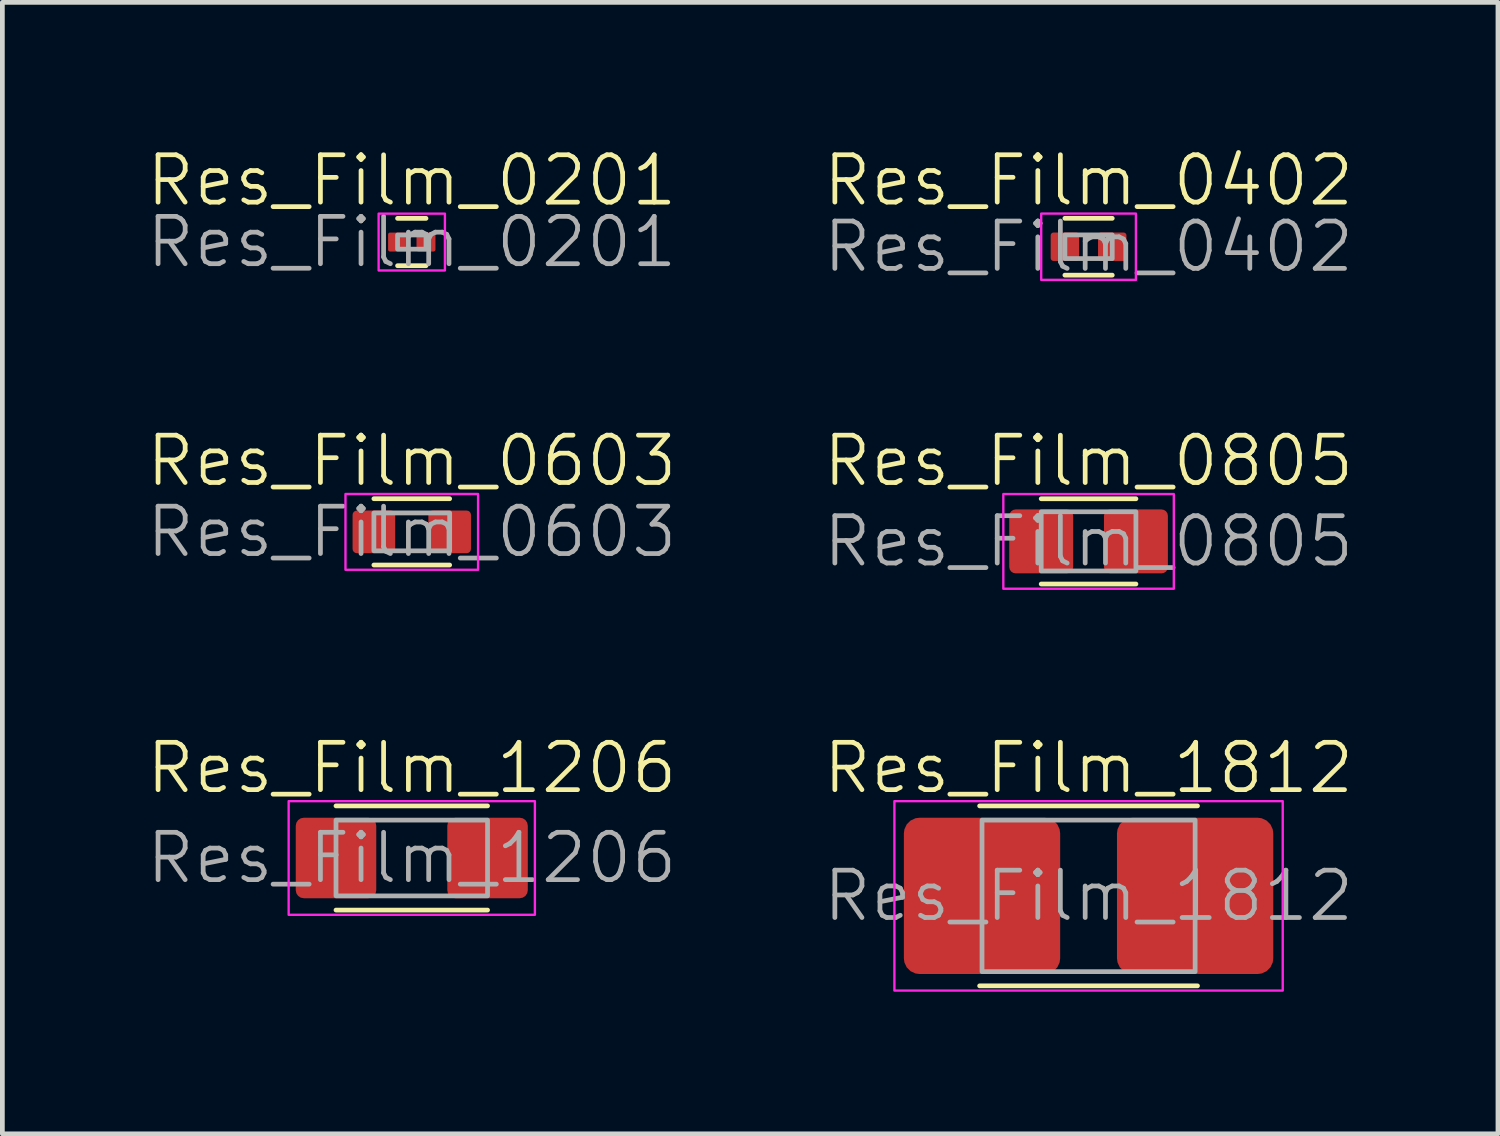
<source format=kicad_pcb>
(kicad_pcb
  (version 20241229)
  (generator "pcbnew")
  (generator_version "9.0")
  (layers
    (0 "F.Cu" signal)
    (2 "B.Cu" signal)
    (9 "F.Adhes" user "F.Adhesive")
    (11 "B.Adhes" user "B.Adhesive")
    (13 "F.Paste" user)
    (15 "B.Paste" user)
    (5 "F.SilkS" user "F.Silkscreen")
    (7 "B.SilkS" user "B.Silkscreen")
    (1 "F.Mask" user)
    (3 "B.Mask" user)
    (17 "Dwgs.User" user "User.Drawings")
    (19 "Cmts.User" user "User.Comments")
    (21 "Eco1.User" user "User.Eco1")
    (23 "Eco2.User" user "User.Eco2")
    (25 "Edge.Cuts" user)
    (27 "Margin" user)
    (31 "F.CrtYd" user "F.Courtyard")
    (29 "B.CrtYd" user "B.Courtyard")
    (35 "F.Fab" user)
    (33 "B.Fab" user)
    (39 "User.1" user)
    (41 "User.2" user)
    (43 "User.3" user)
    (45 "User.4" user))
  (footprint "Res_Film_1206"
    (layer "F.Cu")
    (at 5.645 15.067)
    (property "Reference" "Res_Film_1206" (at 0 -1.9 0) (unlocked yes) (layer "F.SilkS") (effects (font (size 1 1) (thickness 0.1))))
    (attr smd)
    (fp_line (start -1.6 -1.1) (end 1.6 -1.1) (stroke (width 0.1) (type default)) (layer "F.SilkS"))
    (fp_line (start -1.6 1.1) (end 1.6 1.1) (stroke (width 0.1) (type default)) (layer "F.SilkS"))
    (fp_rect (start -2.6 -1.2) (end 2.6 1.2) (stroke (width 0.05) (type default)) (fill no) (layer "F.CrtYd"))
    (fp_rect (start -1.6 -0.8) (end 1.6 0.8) (stroke (width 0.1) (type default)) (fill no) (layer "F.Fab"))
    (fp_text user "${REFERENCE}" (at 0 0 0) (unlocked yes) (layer "F.Fab") (effects (font (size 1 1) (thickness 0.1))))
    (pad "1" smd roundrect (at -1.6 0) (size 1.7 1.7) (layers "F.Cu" "F.Mask" "F.Paste") (roundrect_rratio 0.1))
    (pad "2" smd roundrect (at 1.6 0) (size 1.7 1.7) (layers "F.Cu" "F.Mask" "F.Paste") (roundrect_rratio 0.1)))
  (footprint "Res_Film_1812"
    (layer "F.Cu")
    (at 19.936 15.867)
    (property "Reference" "Res_Film_1812" (at 0 -2.7 0) (unlocked yes) (layer "F.SilkS") (effects (font (size 1 1) (thickness 0.1))))
    (attr smd)
    (fp_line (start -2.3 -1.9) (end 2.3 -1.9) (stroke (width 0.1) (type default)) (layer "F.SilkS"))
    (fp_line (start -2.3 1.9) (end 2.3 1.9) (stroke (width 0.1) (type default)) (layer "F.SilkS"))
    (fp_rect (start -4.1 -2) (end 4.1 2) (stroke (width 0.05) (type default)) (fill no) (layer "F.CrtYd"))
    (fp_rect (start -2.25 -1.6) (end 2.25 1.6) (stroke (width 0.1) (type default)) (fill no) (layer "F.Fab"))
    (fp_text user "${REFERENCE}" (at 0 0 0) (unlocked yes) (layer "F.Fab") (effects (font (size 1 1) (thickness 0.1))))
    (pad "1" smd roundrect (at -2.25 0) (size 3.3 3.3) (layers "F.Cu" "F.Mask" "F.Paste") (roundrect_rratio 0.1))
    (pad "2" smd roundrect (at 2.25 0) (size 3.3 3.3) (layers "F.Cu" "F.Mask" "F.Paste") (roundrect_rratio 0.1)))
  (footprint "Res_Film_0603"
    (layer "F.Cu")
    (at 5.645 8.181)
    (property "Reference" "Res_Film_0603" (at 0 -1.5 0) (unlocked yes) (layer "F.SilkS") (effects (font (size 1 1) (thickness 0.1))))
    (attr smd)
    (fp_line (start -0.8 -0.7) (end 0.8 -0.7) (stroke (width 0.1) (type default)) (layer "F.SilkS"))
    (fp_line (start -0.8 0.7) (end 0.8 0.7) (stroke (width 0.1) (type default)) (layer "F.SilkS"))
    (fp_rect (start -1.4 -0.8) (end 1.4 0.8) (stroke (width 0.05) (type default)) (fill no) (layer "F.CrtYd"))
    (fp_rect (start -0.8 -0.4) (end 0.8 0.4) (stroke (width 0.1) (type default)) (fill no) (layer "F.Fab"))
    (fp_text user "${REFERENCE}" (at 0 0 0) (unlocked yes) (layer "F.Fab") (effects (font (size 1 1) (thickness 0.1))))
    (pad "1" smd roundrect (at -0.8 0) (size 0.9 0.9) (layers "F.Cu" "F.Mask" "F.Paste") (roundrect_rratio 0.1))
    (pad "2" smd roundrect (at 0.8 0) (size 0.9 0.9) (layers "F.Cu" "F.Mask" "F.Paste") (roundrect_rratio 0.1)))
  (footprint "Res_Film_0201"
    (layer "F.Cu")
    (at 5.645 2.061)
    (property "Reference" "Res_Film_0201" (at 0 -1.3 0) (unlocked yes) (layer "F.SilkS") (effects (font (size 1 1) (thickness 0.1))))
    (attr smd)
    (fp_line (start -0.3 -0.5) (end 0.3 -0.5) (stroke (width 0.1) (type default)) (layer "F.SilkS"))
    (fp_line (start -0.3 0.5) (end 0.3 0.5) (stroke (width 0.1) (type default)) (layer "F.SilkS"))
    (fp_rect (start -0.7 -0.6) (end 0.7 0.6) (stroke (width 0.05) (type default)) (fill no) (layer "F.CrtYd"))
    (fp_rect (start -0.3 -0.15) (end 0.3 0.15) (stroke (width 0.1) (type default)) (fill no) (layer "F.Fab"))
    (fp_text user "${REFERENCE}" (at 0 0 0) (unlocked yes) (layer "F.Fab") (effects (font (size 1 1) (thickness 0.1))))
    (pad "1" smd roundrect (at -0.3 0) (size 0.4 0.4) (layers "F.Cu" "F.Mask" "F.Paste") (roundrect_rratio 0.1))
    (pad "2" smd roundrect (at 0.3 0) (size 0.4 0.4) (layers "F.Cu" "F.Mask" "F.Paste") (roundrect_rratio 0.1)))
  (footprint "Res_Film_0805"
    (layer "F.Cu")
    (at 19.936 8.382)
    (property "Reference" "Res_Film_0805" (at 0 -1.7 0) (unlocked yes) (layer "F.SilkS") (effects (font (size 1 1) (thickness 0.1))))
    (attr smd)
    (fp_line (start -1 -0.9) (end 1 -0.9) (stroke (width 0.1) (type default)) (layer "F.SilkS"))
    (fp_line (start -1 0.9) (end 1 0.9) (stroke (width 0.1) (type default)) (layer "F.SilkS"))
    (fp_rect (start -1.8 -1) (end 1.8 1) (stroke (width 0.05) (type default)) (fill no) (layer "F.CrtYd"))
    (fp_rect (start -1 -0.625) (end 1 0.625) (stroke (width 0.1) (type default)) (fill no) (layer "F.Fab"))
    (fp_text user "${REFERENCE}" (at 0 0 0) (unlocked yes) (layer "F.Fab") (effects (font (size 1 1) (thickness 0.1))))
    (pad "1" smd roundrect (at -1 0) (size 1.35 1.35) (layers "F.Cu" "F.Mask" "F.Paste") (roundrect_rratio 0.1))
    (pad "2" smd roundrect (at 1 0) (size 1.35 1.35) (layers "F.Cu" "F.Mask" "F.Paste") (roundrect_rratio 0.1)))
  (footprint "Res_Film_0402"
    (layer "F.Cu")
    (at 19.936 2.16)
    (property "Reference" "Res_Film_0402" (at 0 -1.4 0) (unlocked yes) (layer "F.SilkS") (effects (font (size 1 1) (thickness 0.1))))
    (attr smd)
    (fp_line (start -0.5 -0.6) (end 0.5 -0.6) (stroke (width 0.1) (type default)) (layer "F.SilkS"))
    (fp_line (start -0.5 0.6) (end 0.5 0.6) (stroke (width 0.1) (type default)) (layer "F.SilkS"))
    (fp_rect (start -1 -0.7) (end 1 0.7) (stroke (width 0.05) (type default)) (fill no) (layer "F.CrtYd"))
    (fp_rect (start -0.5 -0.25) (end 0.5 0.25) (stroke (width 0.1) (type default)) (fill no) (layer "F.Fab"))
    (fp_text user "${REFERENCE}" (at 0 0 0) (unlocked yes) (layer "F.Fab") (effects (font (size 1 1) (thickness 0.1))))
    (pad "1" smd roundrect (at -0.5 0) (size 0.6 0.6) (layers "F.Cu" "F.Mask" "F.Paste") (roundrect_rratio 0.1))
    (pad "2" smd roundrect (at 0.5 0) (size 0.6 0.6) (layers "F.Cu" "F.Mask" "F.Paste") (roundrect_rratio 0.1)))
  (gr_rect
    (start -3 -3)
    (end 28.581 20.892)
    (stroke (width 0.1) (type default))
    (fill no)
    (layer "Edge.Cuts")))
</source>
